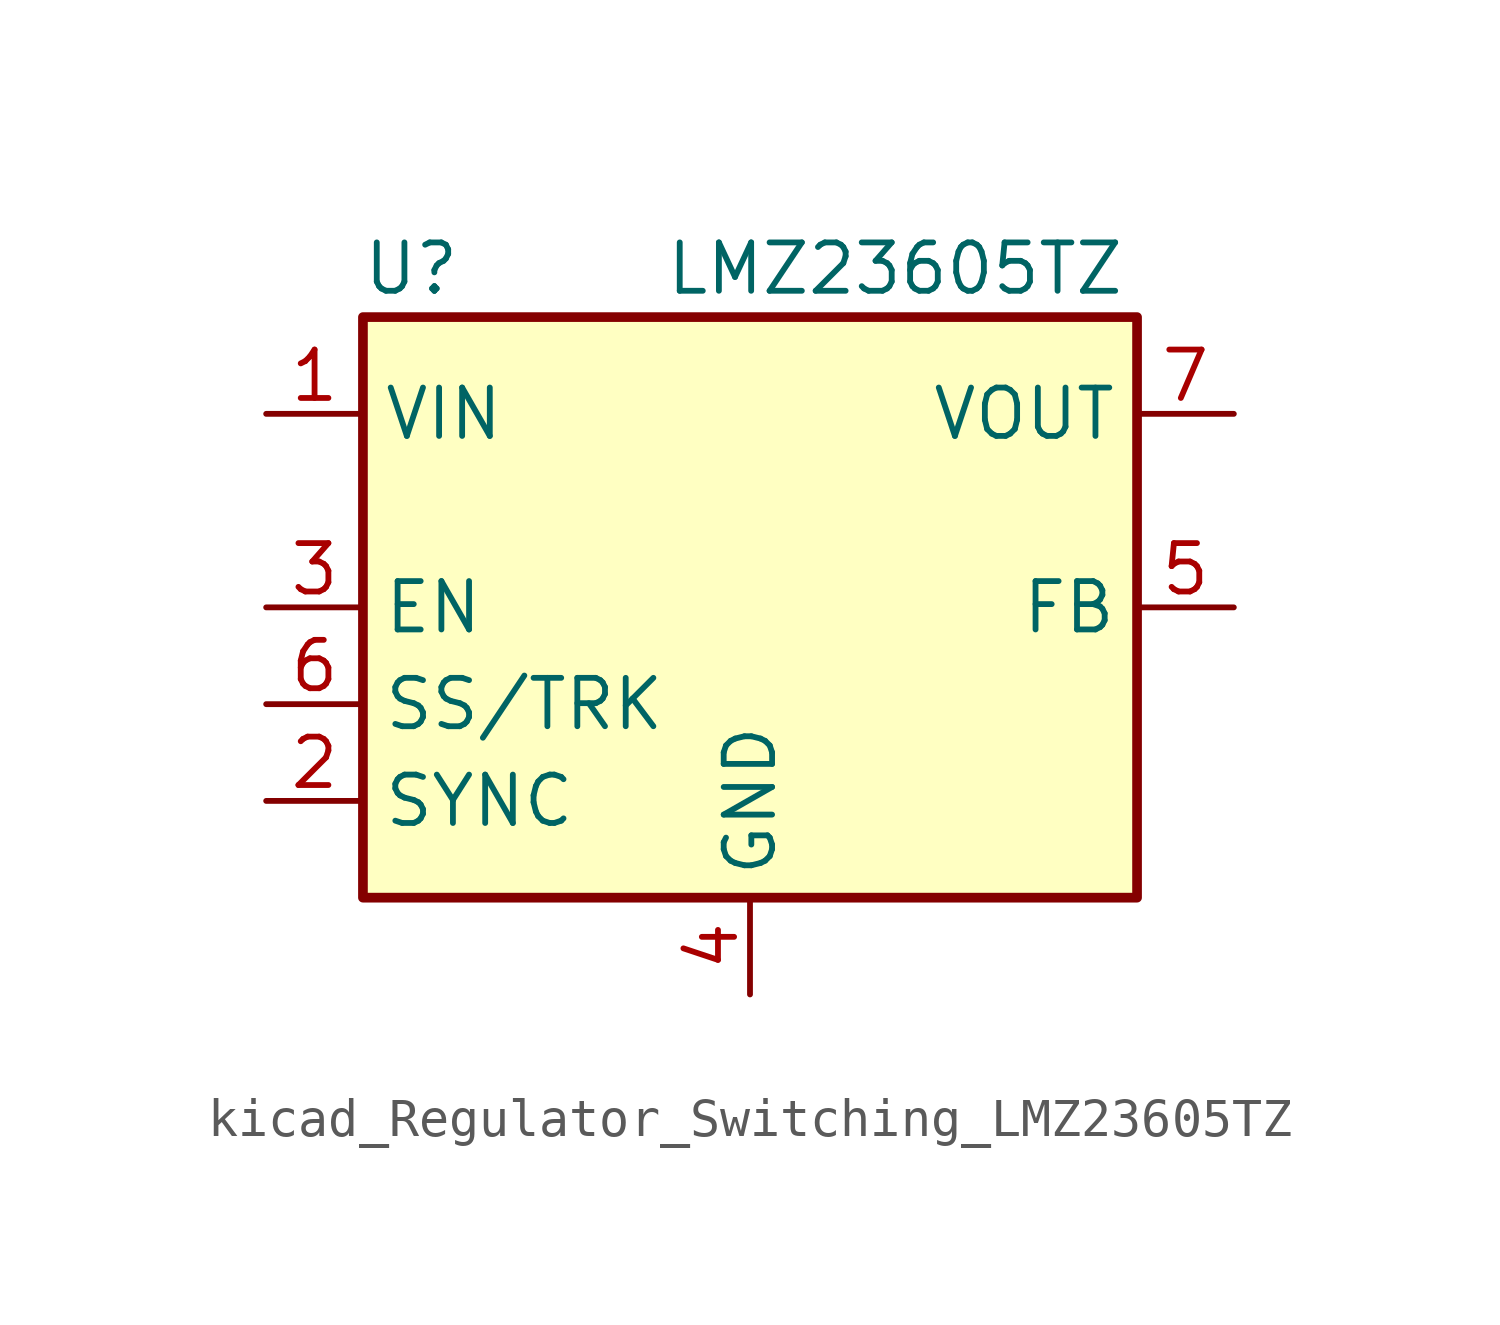
<source format=kicad_sym>
(kicad_symbol_lib
  (version 20220914)
  (generator kicad_symbol_editor)
  (symbol "kicad_Regulator_Switching_LMZ23605TZ"
    (property "Reference" "U"
      (at -8.89 8.89 0)
      (effects (font (size 1.27 1.27))))
    (property "Value" "LMZ23605TZ"
      (at 3.81 8.89 0)
      (effects (font (size 1.27 1.27))))
    (symbol "kicad_Regulator_Switching_LMZ23605TZ_0_1"
      (rectangle (start -10.16 7.62) (end 10.16 -7.62) (stroke (width 0.254) (type default)) (fill (type background))))
    (symbol "kicad_Regulator_Switching_LMZ23605TZ_1_1"
      (pin power_in line (at -12.7 5.08 0) (length 2.54) (name "VIN" (effects (font (size 1.27 1.27)))) (number "1" (effects (font (size 1.27 1.27)))))
      (pin input line (at -12.7 -5.08 0) (length 2.54) (name "SYNC" (effects (font (size 1.27 1.27)))) (number "2" (effects (font (size 1.27 1.27)))))
      (pin input line (at -12.7 0 0) (length 2.54) (name "EN" (effects (font (size 1.27 1.27)))) (number "3" (effects (font (size 1.27 1.27)))))
      (pin power_in line (at 0 -10.16 90) (length 2.54) (name "GND" (effects (font (size 1.27 1.27)))) (number "4" (effects (font (size 1.27 1.27)))))
      (pin input line (at 12.7 0 180) (length 2.54) (name "FB" (effects (font (size 1.27 1.27)))) (number "5" (effects (font (size 1.27 1.27)))))
      (pin passive line (at -12.7 -2.54 0) (length 2.54) (name "SS/TRK" (effects (font (size 1.27 1.27)))) (number "6" (effects (font (size 1.27 1.27)))))
      (pin power_out line (at 12.7 5.08 180) (length 2.54) (name "VOUT" (effects (font (size 1.27 1.27)))) (number "7" (effects (font (size 1.27 1.27))))))))
</source>
